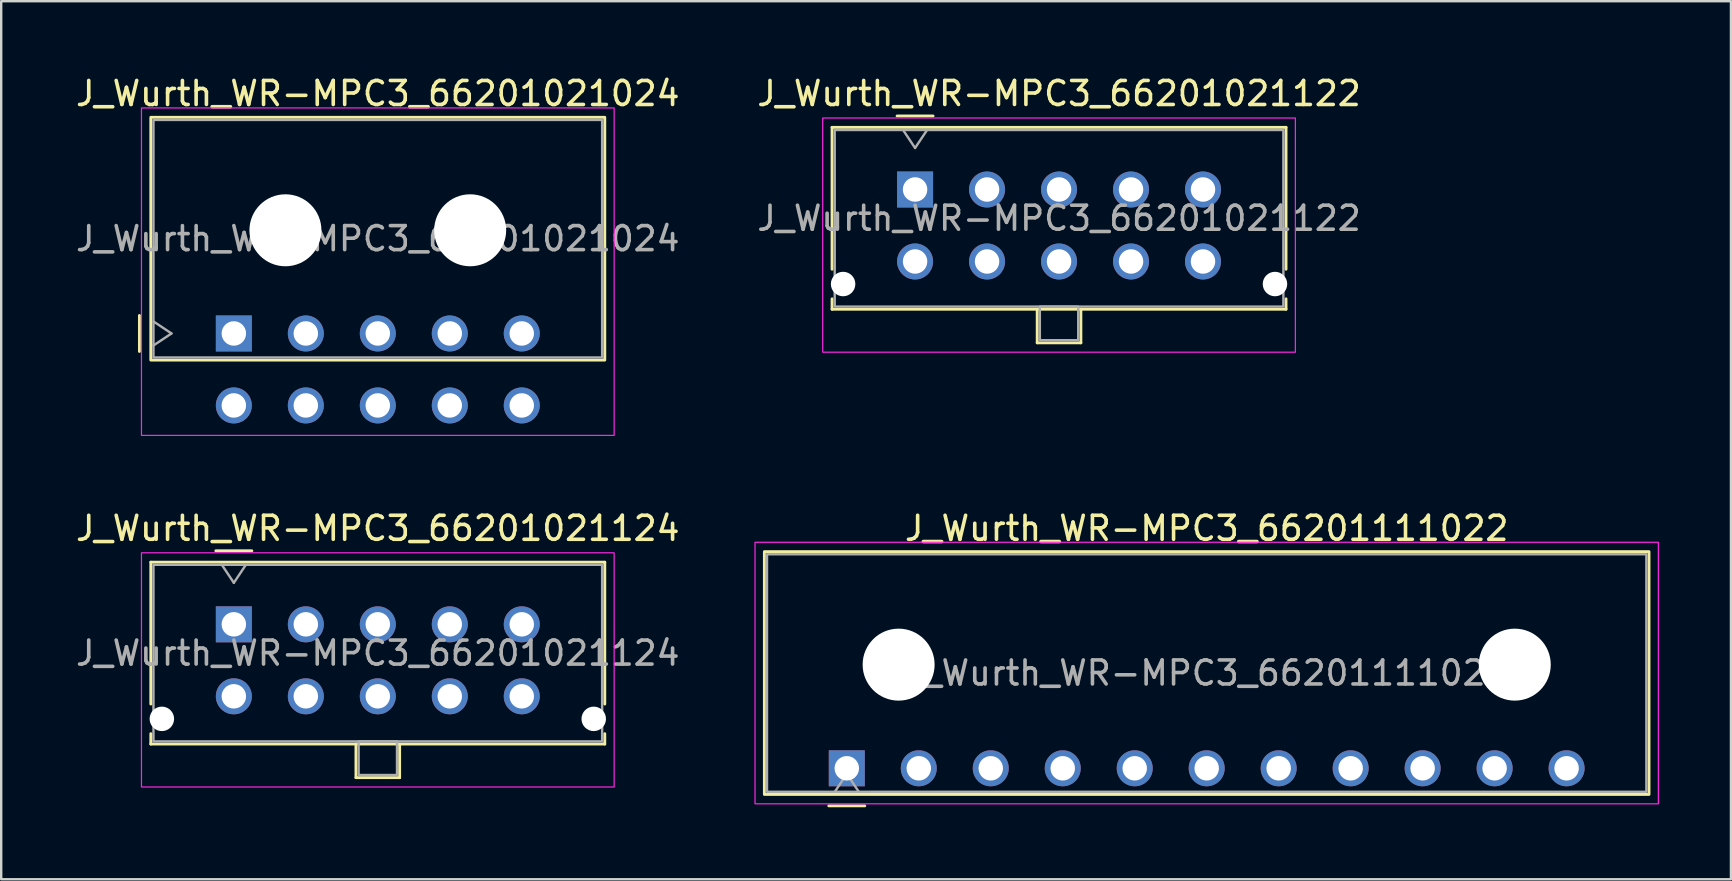
<source format=kicad_pcb>
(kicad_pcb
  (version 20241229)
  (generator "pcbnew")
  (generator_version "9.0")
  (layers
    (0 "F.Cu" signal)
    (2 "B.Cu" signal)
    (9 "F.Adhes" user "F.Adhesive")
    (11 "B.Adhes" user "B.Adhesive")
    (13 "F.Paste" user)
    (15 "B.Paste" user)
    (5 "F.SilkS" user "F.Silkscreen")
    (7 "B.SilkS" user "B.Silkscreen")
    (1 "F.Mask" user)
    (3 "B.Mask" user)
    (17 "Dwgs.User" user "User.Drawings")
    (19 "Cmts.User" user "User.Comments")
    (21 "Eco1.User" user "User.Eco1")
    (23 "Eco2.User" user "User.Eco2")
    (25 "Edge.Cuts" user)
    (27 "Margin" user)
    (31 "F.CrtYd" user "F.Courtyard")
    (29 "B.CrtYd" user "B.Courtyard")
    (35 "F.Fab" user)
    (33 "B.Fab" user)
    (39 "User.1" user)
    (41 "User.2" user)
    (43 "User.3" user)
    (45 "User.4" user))
  (footprint "J_Wurth_WR-MPC3_66201021024"
    (layer "F.Cu")
    (at 6.696 10.848)
    (property "Reference" "J_Wurth_WR-MPC3_66201021024" (at 6 -10 0) (unlocked yes) (layer "F.SilkS") (effects (font (size 1 1) (thickness 0.15))))
    (attr through_hole)
    (fp_line (start -3.935 -0.75) (end -3.935 0.75) (stroke (width 0.12) (type solid)) (layer "F.SilkS"))
    (fp_rect (start -3.46 -9.01) (end 15.46 1.11) (stroke (width 0.12) (type solid)) (fill no) (layer "F.SilkS"))
    (fp_rect (start -3.85 -9.4) (end 15.85 4.25) (stroke (width 0.05) (type solid)) (fill no) (layer "F.CrtYd"))
    (fp_line (start -2.6 0) (end -3.35 -0.5) (stroke (width 0.1) (type solid)) (layer "F.Fab"))
    (fp_line (start -2.6 0) (end -3.35 0.5) (stroke (width 0.1) (type solid)) (layer "F.Fab"))
    (fp_rect (start -3.35 -8.9) (end 15.35 1) (stroke (width 0.1) (type solid)) (fill no) (layer "F.Fab"))
    (fp_text user "${REFERENCE}" (at 6 -3.95 0) (unlocked yes) (layer "F.Fab") (effects (font (size 1 1) (thickness 0.15))))
    (pad "" np_thru_hole circle (at 2.15 -4.3 180) (size 3 3) (drill 3) (layers "*.Cu" "*.Mask"))
    (pad "" np_thru_hole circle (at 9.85 -4.3 180) (size 3 3) (drill 3) (layers "*.Cu" "*.Mask"))
    (pad "1" thru_hole rect (at 0 0 180) (size 1.5 1.5) (drill 1.02) (layers "*.Cu" "*.Mask"))
    (pad "2" thru_hole circle (at 3 0 180) (size 1.5 1.5) (drill 1.02) (layers "*.Cu" "*.Mask"))
    (pad "3" thru_hole circle (at 6 0 180) (size 1.5 1.5) (drill 1.02) (layers "*.Cu" "*.Mask"))
    (pad "4" thru_hole circle (at 9 0 180) (size 1.5 1.5) (drill 1.02) (layers "*.Cu" "*.Mask"))
    (pad "5" thru_hole circle (at 12 0 180) (size 1.5 1.5) (drill 1.02) (layers "*.Cu" "*.Mask"))
    (pad "6" thru_hole circle (at 0 3 180) (size 1.5 1.5) (drill 1.02) (layers "*.Cu" "*.Mask"))
    (pad "7" thru_hole circle (at 3 3 180) (size 1.5 1.5) (drill 1.02) (layers "*.Cu" "*.Mask"))
    (pad "8" thru_hole circle (at 6 3 180) (size 1.5 1.5) (drill 1.02) (layers "*.Cu" "*.Mask"))
    (pad "9" thru_hole circle (at 9 3 180) (size 1.5 1.5) (drill 1.02) (layers "*.Cu" "*.Mask"))
    (pad "10" thru_hole circle (at 12 3 180) (size 1.5 1.5) (drill 1.02) (layers "*.Cu" "*.Mask")))
  (footprint "J_Wurth_WR-MPC3_66201021122"
    (layer "F.Cu")
    (at 35.089 4.848)
    (property "Reference" "J_Wurth_WR-MPC3_66201021122" (at 6 -4 0) (unlocked yes) (layer "F.SilkS") (effects (font (size 1 1) (thickness 0.15))))
    (attr through_hole)
    (fp_line (start -3.46 -2.59) (end -3.46 3.323) (stroke (width 0.12) (type default)) (layer "F.SilkS"))
    (fp_line (start -3.46 -2.59) (end 15.46 -2.59) (stroke (width 0.12) (type default)) (layer "F.SilkS"))
    (fp_line (start -3.46 4.99) (end -3.46 4.557) (stroke (width 0.12) (type default)) (layer "F.SilkS"))
    (fp_line (start -0.75 -3.065) (end 0.75 -3.065) (stroke (width 0.12) (type solid)) (layer "F.SilkS"))
    (fp_line (start 5.09 6.39) (end 5.09 4.99) (stroke (width 0.12) (type default)) (layer "F.SilkS"))
    (fp_line (start 6.91 4.99) (end 6.91 6.39) (stroke (width 0.12) (type default)) (layer "F.SilkS"))
    (fp_line (start 6.91 6.39) (end 5.09 6.39) (stroke (width 0.12) (type default)) (layer "F.SilkS"))
    (fp_line (start 15.46 -2.59) (end 15.46 3.323) (stroke (width 0.12) (type default)) (layer "F.SilkS"))
    (fp_line (start 15.46 4.99) (end -3.46 4.99) (stroke (width 0.12) (type default)) (layer "F.SilkS"))
    (fp_line (start 15.46 4.99) (end 15.46 4.557) (stroke (width 0.12) (type default)) (layer "F.SilkS"))
    (fp_rect (start -3.85 -2.98) (end 15.85 6.78) (stroke (width 0.05) (type solid)) (fill no) (layer "F.CrtYd"))
    (fp_line (start 0 -1.73) (end -0.5 -2.48) (stroke (width 0.1) (type solid)) (layer "F.Fab"))
    (fp_line (start 0 -1.73) (end 0.5 -2.48) (stroke (width 0.1) (type solid)) (layer "F.Fab"))
    (fp_rect (start -3.35 -2.48) (end 15.35 4.88) (stroke (width 0.1) (type solid)) (fill no) (layer "F.Fab"))
    (fp_rect (start 5.2 4.88) (end 6.8 6.28) (stroke (width 0.1) (type solid)) (fill no) (layer "F.Fab"))
    (fp_text user "${REFERENCE}" (at 6 1.2 0) (unlocked yes) (layer "F.Fab") (effects (font (size 1 1) (thickness 0.15))))
    (pad "" np_thru_hole circle (at -3 3.94 180) (size 1.02 1.02) (drill 1.02) (layers "*.Cu" "*.Mask"))
    (pad "" np_thru_hole circle (at 15 3.94 180) (size 1.02 1.02) (drill 1.02) (layers "*.Cu" "*.Mask"))
    (pad "1" thru_hole rect (at 0 0 180) (size 1.5 1.5) (drill 1.02) (layers "*.Cu" "*.Mask"))
    (pad "2" thru_hole circle (at 3 0 180) (size 1.5 1.5) (drill 1.02) (layers "*.Cu" "*.Mask"))
    (pad "3" thru_hole circle (at 6 0 180) (size 1.5 1.5) (drill 1.02) (layers "*.Cu" "*.Mask"))
    (pad "4" thru_hole circle (at 9 0 180) (size 1.5 1.5) (drill 1.02) (layers "*.Cu" "*.Mask"))
    (pad "5" thru_hole circle (at 12 0 180) (size 1.5 1.5) (drill 1.02) (layers "*.Cu" "*.Mask"))
    (pad "6" thru_hole circle (at 0 3 180) (size 1.5 1.5) (drill 1.02) (layers "*.Cu" "*.Mask"))
    (pad "7" thru_hole circle (at 3 3 180) (size 1.5 1.5) (drill 1.02) (layers "*.Cu" "*.Mask"))
    (pad "8" thru_hole circle (at 6 3 180) (size 1.5 1.5) (drill 1.02) (layers "*.Cu" "*.Mask"))
    (pad "9" thru_hole circle (at 9 3 180) (size 1.5 1.5) (drill 1.02) (layers "*.Cu" "*.Mask"))
    (pad "10" thru_hole circle (at 12 3 180) (size 1.5 1.5) (drill 1.02) (layers "*.Cu" "*.Mask")))
  (footprint "J_Wurth_WR-MPC3_66201021124"
    (layer "F.Cu")
    (at 6.696 22.971)
    (property "Reference" "J_Wurth_WR-MPC3_66201021124" (at 6 -4 0) (unlocked yes) (layer "F.SilkS") (effects (font (size 1 1) (thickness 0.15))))
    (attr through_hole)
    (fp_line (start -3.46 -2.59) (end -3.46 3.323) (stroke (width 0.12) (type default)) (layer "F.SilkS"))
    (fp_line (start -3.46 -2.59) (end 15.46 -2.59) (stroke (width 0.12) (type default)) (layer "F.SilkS"))
    (fp_line (start -3.46 4.99) (end -3.46 4.557) (stroke (width 0.12) (type default)) (layer "F.SilkS"))
    (fp_line (start -0.75 -3.065) (end 0.75 -3.065) (stroke (width 0.12) (type solid)) (layer "F.SilkS"))
    (fp_line (start 5.09 6.39) (end 5.09 4.99) (stroke (width 0.12) (type default)) (layer "F.SilkS"))
    (fp_line (start 6.91 4.99) (end 6.91 6.39) (stroke (width 0.12) (type default)) (layer "F.SilkS"))
    (fp_line (start 6.91 6.39) (end 5.09 6.39) (stroke (width 0.12) (type default)) (layer "F.SilkS"))
    (fp_line (start 15.46 -2.59) (end 15.46 3.323) (stroke (width 0.12) (type default)) (layer "F.SilkS"))
    (fp_line (start 15.46 4.99) (end -3.46 4.99) (stroke (width 0.12) (type default)) (layer "F.SilkS"))
    (fp_line (start 15.46 4.99) (end 15.46 4.557) (stroke (width 0.12) (type default)) (layer "F.SilkS"))
    (fp_rect (start -3.85 -2.98) (end 15.85 6.78) (stroke (width 0.05) (type solid)) (fill no) (layer "F.CrtYd"))
    (fp_line (start 0 -1.73) (end -0.5 -2.48) (stroke (width 0.1) (type solid)) (layer "F.Fab"))
    (fp_line (start 0 -1.73) (end 0.5 -2.48) (stroke (width 0.1) (type solid)) (layer "F.Fab"))
    (fp_rect (start -3.35 -2.48) (end 15.35 4.88) (stroke (width 0.1) (type solid)) (fill no) (layer "F.Fab"))
    (fp_rect (start 5.2 4.88) (end 6.8 6.28) (stroke (width 0.1) (type solid)) (fill no) (layer "F.Fab"))
    (fp_text user "${REFERENCE}" (at 6 1.2 0) (unlocked yes) (layer "F.Fab") (effects (font (size 1 1) (thickness 0.15))))
    (pad "" np_thru_hole circle (at -3 3.94 180) (size 1.02 1.02) (drill 1.02) (layers "*.Cu" "*.Mask"))
    (pad "" np_thru_hole circle (at 15 3.94 180) (size 1.02 1.02) (drill 1.02) (layers "*.Cu" "*.Mask"))
    (pad "1" thru_hole rect (at 0 0 180) (size 1.5 1.5) (drill 1.02) (layers "*.Cu" "*.Mask"))
    (pad "2" thru_hole circle (at 3 0 180) (size 1.5 1.5) (drill 1.02) (layers "*.Cu" "*.Mask"))
    (pad "3" thru_hole circle (at 6 0 180) (size 1.5 1.5) (drill 1.02) (layers "*.Cu" "*.Mask"))
    (pad "4" thru_hole circle (at 9 0 180) (size 1.5 1.5) (drill 1.02) (layers "*.Cu" "*.Mask"))
    (pad "5" thru_hole circle (at 12 0 180) (size 1.5 1.5) (drill 1.02) (layers "*.Cu" "*.Mask"))
    (pad "6" thru_hole circle (at 0 3 180) (size 1.5 1.5) (drill 1.02) (layers "*.Cu" "*.Mask"))
    (pad "7" thru_hole circle (at 3 3 180) (size 1.5 1.5) (drill 1.02) (layers "*.Cu" "*.Mask"))
    (pad "8" thru_hole circle (at 6 3 180) (size 1.5 1.5) (drill 1.02) (layers "*.Cu" "*.Mask"))
    (pad "9" thru_hole circle (at 9 3 180) (size 1.5 1.5) (drill 1.02) (layers "*.Cu" "*.Mask"))
    (pad "10" thru_hole circle (at 12 3 180) (size 1.5 1.5) (drill 1.02) (layers "*.Cu" "*.Mask")))
  (footprint "J_Wurth_WR-MPC3_66201111022"
    (layer "F.Cu")
    (at 32.243 28.971)
    (property "Reference" "J_Wurth_WR-MPC3_66201111022" (at 15 -10 0) (unlocked yes) (layer "F.SilkS") (effects (font (size 1 1) (thickness 0.15))))
    (attr through_hole)
    (fp_line (start -0.75 1.565) (end 0.75 1.565) (stroke (width 0.12) (type solid)) (layer "F.SilkS"))
    (fp_rect (start -3.435 -9.03) (end 33.435 1.09) (stroke (width 0.12) (type solid)) (fill no) (layer "F.SilkS"))
    (fp_rect (start -3.825 -9.42) (end 33.825 1.48) (stroke (width 0.05) (type solid)) (fill no) (layer "F.CrtYd"))
    (fp_line (start 0 0.23) (end -0.5 0.98) (stroke (width 0.1) (type solid)) (layer "F.Fab"))
    (fp_line (start 0 0.23) (end 0.5 0.98) (stroke (width 0.1) (type solid)) (layer "F.Fab"))
    (fp_rect (start -3.325 -8.92) (end 33.325 0.98) (stroke (width 0.1) (type solid)) (fill no) (layer "F.Fab"))
    (fp_text user "${REFERENCE}" (at 15 -3.97 0) (unlocked yes) (layer "F.Fab") (effects (font (size 1 1) (thickness 0.15))))
    (pad "" np_thru_hole circle (at 2.16 -4.32 180) (size 3 3) (drill 3) (layers "*.Cu" "*.Mask"))
    (pad "" np_thru_hole circle (at 27.84 -4.32 180) (size 3 3) (drill 3) (layers "*.Cu" "*.Mask"))
    (pad "1" thru_hole rect (at 0 0 180) (size 1.5 1.5) (drill 1.02) (layers "*.Cu" "*.Mask"))
    (pad "2" thru_hole circle (at 3 0 180) (size 1.5 1.5) (drill 1.02) (layers "*.Cu" "*.Mask"))
    (pad "3" thru_hole circle (at 6 0 180) (size 1.5 1.5) (drill 1.02) (layers "*.Cu" "*.Mask"))
    (pad "4" thru_hole circle (at 9 0 180) (size 1.5 1.5) (drill 1.02) (layers "*.Cu" "*.Mask"))
    (pad "5" thru_hole circle (at 12 0 180) (size 1.5 1.5) (drill 1.02) (layers "*.Cu" "*.Mask"))
    (pad "6" thru_hole circle (at 15 0 180) (size 1.5 1.5) (drill 1.02) (layers "*.Cu" "*.Mask"))
    (pad "7" thru_hole circle (at 18 0 180) (size 1.5 1.5) (drill 1.02) (layers "*.Cu" "*.Mask"))
    (pad "8" thru_hole circle (at 21 0 180) (size 1.5 1.5) (drill 1.02) (layers "*.Cu" "*.Mask"))
    (pad "9" thru_hole circle (at 24 0 180) (size 1.5 1.5) (drill 1.02) (layers "*.Cu" "*.Mask"))
    (pad "10" thru_hole circle (at 27 0 180) (size 1.5 1.5) (drill 1.02) (layers "*.Cu" "*.Mask"))
    (pad "11" thru_hole circle (at 30 0 180) (size 1.5 1.5) (drill 1.02) (layers "*.Cu" "*.Mask")))
  (gr_rect
    (start -3 -3)
    (end 69.093 33.596)
    (stroke (width 0.1) (type default))
    (fill no)
    (layer "Edge.Cuts")))
</source>
